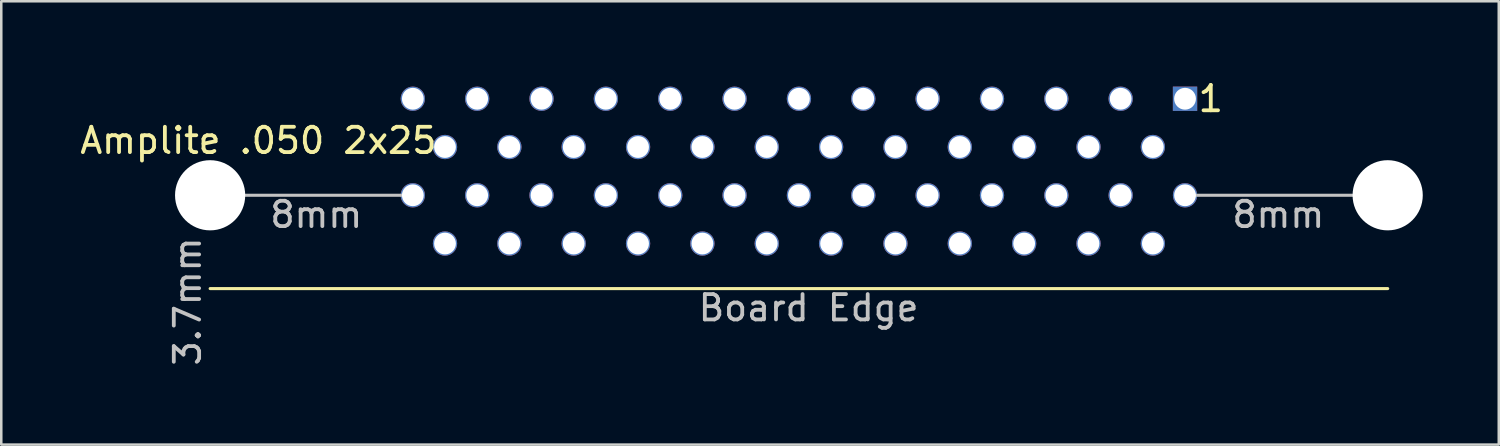
<source format=kicad_pcb>
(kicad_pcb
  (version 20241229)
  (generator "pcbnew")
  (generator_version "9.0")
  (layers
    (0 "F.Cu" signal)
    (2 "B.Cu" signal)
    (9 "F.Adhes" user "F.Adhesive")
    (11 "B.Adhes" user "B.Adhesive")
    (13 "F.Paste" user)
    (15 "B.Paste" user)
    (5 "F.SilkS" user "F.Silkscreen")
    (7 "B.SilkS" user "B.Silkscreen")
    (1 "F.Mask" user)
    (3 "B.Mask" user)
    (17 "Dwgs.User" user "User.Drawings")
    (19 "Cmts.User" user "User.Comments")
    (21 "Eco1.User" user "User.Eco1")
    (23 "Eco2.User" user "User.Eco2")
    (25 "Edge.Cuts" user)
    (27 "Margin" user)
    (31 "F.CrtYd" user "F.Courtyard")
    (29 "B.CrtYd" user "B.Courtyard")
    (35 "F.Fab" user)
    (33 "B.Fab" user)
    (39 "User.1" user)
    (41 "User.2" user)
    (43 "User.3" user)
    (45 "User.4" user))
  (footprint "Amplite .050 2x25"
    (layer "F.Cu")
    (at 5.244 4.658)
    (property "Reference" "Amplite .050 2x25" (at 1.905 -2.159 0) (layer "F.SilkS") (effects (font (size 1 1) (thickness 0.15))))
    (attr through_hole)
    (fp_line (start 0 3.683) (end 46.482 3.683) (stroke (width 0.12) (type solid)) (layer "F.SilkS"))
    (fp_line (start 0 0) (end 8.001 0) (stroke (width 0.12) (type solid)) (layer "Dwgs.User"))
    (fp_line (start 38.481 0) (end 46.482 0) (stroke (width 0.12) (type solid)) (layer "Dwgs.User"))
    (fp_text user "1" (at 39.497 -3.81 0) (layer "F.SilkS") (effects (font (size 1 1) (thickness 0.15))))
    (fp_text user "8mm" (at 4.191 0.762 0) (layer "Dwgs.User") (effects (font (size 1 1) (thickness 0.15))))
    (fp_text user "3.7mm" (at -0.889 4.191 90) (layer "Dwgs.User") (effects (font (size 1 1) (thickness 0.15))))
    (fp_text user "Board Edge" (at 23.622 4.445 0) (layer "Dwgs.User") (effects (font (size 1 1) (thickness 0.15))))
    (fp_text user "8mm" (at 42.164 0.762 0) (layer "Dwgs.User") (effects (font (size 1 1) (thickness 0.15))))
    (pad "" np_thru_hole circle (at 0 0) (size 2.77 2.77) (drill 2.77) (layers "*.Cu" "*.Mask"))
    (pad "" np_thru_hole circle (at 46.48 0) (size 2.77 2.77) (drill 2.77) (layers "*.Cu" "*.Mask"))
    (pad "1" thru_hole rect (at 38.481 -3.81) (size 0.96 0.96) (drill 0.86) (layers "*.Cu" "*.Mask"))
    (pad "2" thru_hole circle (at 37.211 -1.905) (size 0.96 0.96) (drill 0.86) (layers "*.Cu" "*.Mask"))
    (pad "3" thru_hole circle (at 35.941 -3.81) (size 0.96 0.96) (drill 0.86) (layers "*.Cu" "*.Mask"))
    (pad "4" thru_hole circle (at 34.671 -1.905) (size 0.96 0.96) (drill 0.86) (layers "*.Cu" "*.Mask"))
    (pad "5" thru_hole circle (at 33.401 -3.81) (size 0.96 0.96) (drill 0.86) (layers "*.Cu" "*.Mask"))
    (pad "6" thru_hole circle (at 32.131 -1.905) (size 0.96 0.96) (drill 0.86) (layers "*.Cu" "*.Mask"))
    (pad "7" thru_hole circle (at 30.861 -3.81) (size 0.96 0.96) (drill 0.86) (layers "*.Cu" "*.Mask"))
    (pad "8" thru_hole circle (at 29.591 -1.905) (size 0.96 0.96) (drill 0.86) (layers "*.Cu" "*.Mask"))
    (pad "9" thru_hole circle (at 28.321 -3.81) (size 0.96 0.96) (drill 0.86) (layers "*.Cu" "*.Mask"))
    (pad "10" thru_hole circle (at 27.051 -1.905) (size 0.96 0.96) (drill 0.86) (layers "*.Cu" "*.Mask"))
    (pad "11" thru_hole circle (at 25.781 -3.81) (size 0.96 0.96) (drill 0.86) (layers "*.Cu" "*.Mask"))
    (pad "12" thru_hole circle (at 24.511 -1.905) (size 0.96 0.96) (drill 0.86) (layers "*.Cu" "*.Mask"))
    (pad "13" thru_hole circle (at 23.241 -3.81) (size 0.96 0.96) (drill 0.86) (layers "*.Cu" "*.Mask"))
    (pad "14" thru_hole circle (at 21.971 -1.905) (size 0.96 0.96) (drill 0.86) (layers "*.Cu" "*.Mask"))
    (pad "15" thru_hole circle (at 20.701 -3.81) (size 0.96 0.96) (drill 0.86) (layers "*.Cu" "*.Mask"))
    (pad "16" thru_hole circle (at 19.431 -1.905) (size 0.96 0.96) (drill 0.86) (layers "*.Cu" "*.Mask"))
    (pad "17" thru_hole circle (at 18.161 -3.81) (size 0.96 0.96) (drill 0.86) (layers "*.Cu" "*.Mask"))
    (pad "18" thru_hole circle (at 16.891 -1.905) (size 0.96 0.96) (drill 0.86) (layers "*.Cu" "*.Mask"))
    (pad "19" thru_hole circle (at 15.621 -3.81) (size 0.96 0.96) (drill 0.86) (layers "*.Cu" "*.Mask"))
    (pad "20" thru_hole circle (at 14.351 -1.905) (size 0.96 0.96) (drill 0.86) (layers "*.Cu" "*.Mask"))
    (pad "21" thru_hole circle (at 13.081 -3.81) (size 0.96 0.96) (drill 0.86) (layers "*.Cu" "*.Mask"))
    (pad "22" thru_hole circle (at 11.811 -1.905) (size 0.96 0.96) (drill 0.86) (layers "*.Cu" "*.Mask"))
    (pad "23" thru_hole circle (at 10.541 -3.81) (size 0.96 0.96) (drill 0.86) (layers "*.Cu" "*.Mask"))
    (pad "24" thru_hole circle (at 9.271 -1.905) (size 0.96 0.96) (drill 0.86) (layers "*.Cu" "*.Mask"))
    (pad "25" thru_hole circle (at 8.001 -3.81) (size 0.96 0.96) (drill 0.86) (layers "*.Cu" "*.Mask"))
    (pad "26" thru_hole circle (at 38.481 0) (size 0.96 0.96) (drill 0.86) (layers "*.Cu" "*.Mask"))
    (pad "27" thru_hole circle (at 37.211 1.905) (size 0.96 0.96) (drill 0.86) (layers "*.Cu" "*.Mask"))
    (pad "28" thru_hole circle (at 35.941 0) (size 0.96 0.96) (drill 0.86) (layers "*.Cu" "*.Mask"))
    (pad "29" thru_hole circle (at 34.671 1.905) (size 0.96 0.96) (drill 0.86) (layers "*.Cu" "*.Mask"))
    (pad "30" thru_hole circle (at 33.401 0) (size 0.96 0.96) (drill 0.86) (layers "*.Cu" "*.Mask"))
    (pad "31" thru_hole circle (at 32.131 1.905) (size 0.96 0.96) (drill 0.86) (layers "*.Cu" "*.Mask"))
    (pad "32" thru_hole circle (at 30.861 0) (size 0.96 0.96) (drill 0.86) (layers "*.Cu" "*.Mask"))
    (pad "33" thru_hole circle (at 29.591 1.905) (size 0.96 0.96) (drill 0.86) (layers "*.Cu" "*.Mask"))
    (pad "34" thru_hole circle (at 28.321 0) (size 0.96 0.96) (drill 0.86) (layers "*.Cu" "*.Mask"))
    (pad "35" thru_hole circle (at 27.051 1.905) (size 0.96 0.96) (drill 0.86) (layers "*.Cu" "*.Mask"))
    (pad "36" thru_hole circle (at 25.781 0) (size 0.96 0.96) (drill 0.86) (layers "*.Cu" "*.Mask"))
    (pad "37" thru_hole circle (at 24.511 1.905) (size 0.96 0.96) (drill 0.86) (layers "*.Cu" "*.Mask"))
    (pad "38" thru_hole circle (at 23.241 0) (size 0.96 0.96) (drill 0.86) (layers "*.Cu" "*.Mask"))
    (pad "39" thru_hole circle (at 21.971 1.905) (size 0.96 0.96) (drill 0.86) (layers "*.Cu" "*.Mask"))
    (pad "40" thru_hole circle (at 20.701 0) (size 0.96 0.96) (drill 0.86) (layers "*.Cu" "*.Mask"))
    (pad "41" thru_hole circle (at 19.431 1.905) (size 0.96 0.96) (drill 0.86) (layers "*.Cu" "*.Mask"))
    (pad "42" thru_hole circle (at 18.161 0) (size 0.96 0.96) (drill 0.86) (layers "*.Cu" "*.Mask"))
    (pad "43" thru_hole circle (at 16.891 1.905) (size 0.96 0.96) (drill 0.86) (layers "*.Cu" "*.Mask"))
    (pad "44" thru_hole circle (at 15.621 0) (size 0.96 0.96) (drill 0.86) (layers "*.Cu" "*.Mask"))
    (pad "45" thru_hole circle (at 14.351 1.905) (size 0.96 0.96) (drill 0.86) (layers "*.Cu" "*.Mask"))
    (pad "46" thru_hole circle (at 13.081 0) (size 0.96 0.96) (drill 0.86) (layers "*.Cu" "*.Mask"))
    (pad "47" thru_hole circle (at 11.811 1.905) (size 0.96 0.96) (drill 0.86) (layers "*.Cu" "*.Mask"))
    (pad "48" thru_hole circle (at 10.541 0) (size 0.96 0.96) (drill 0.86) (layers "*.Cu" "*.Mask"))
    (pad "49" thru_hole circle (at 9.271 1.905) (size 0.96 0.96) (drill 0.86) (layers "*.Cu" "*.Mask"))
    (pad "50" thru_hole circle (at 8.001 0) (size 0.96 0.96) (drill 0.86) (layers "*.Cu" "*.Mask")))
  (gr_rect
    (start -3 -3)
    (end 56.109 14.498)
    (stroke (width 0.1) (type default))
    (fill no)
    (layer "Edge.Cuts")))
</source>
